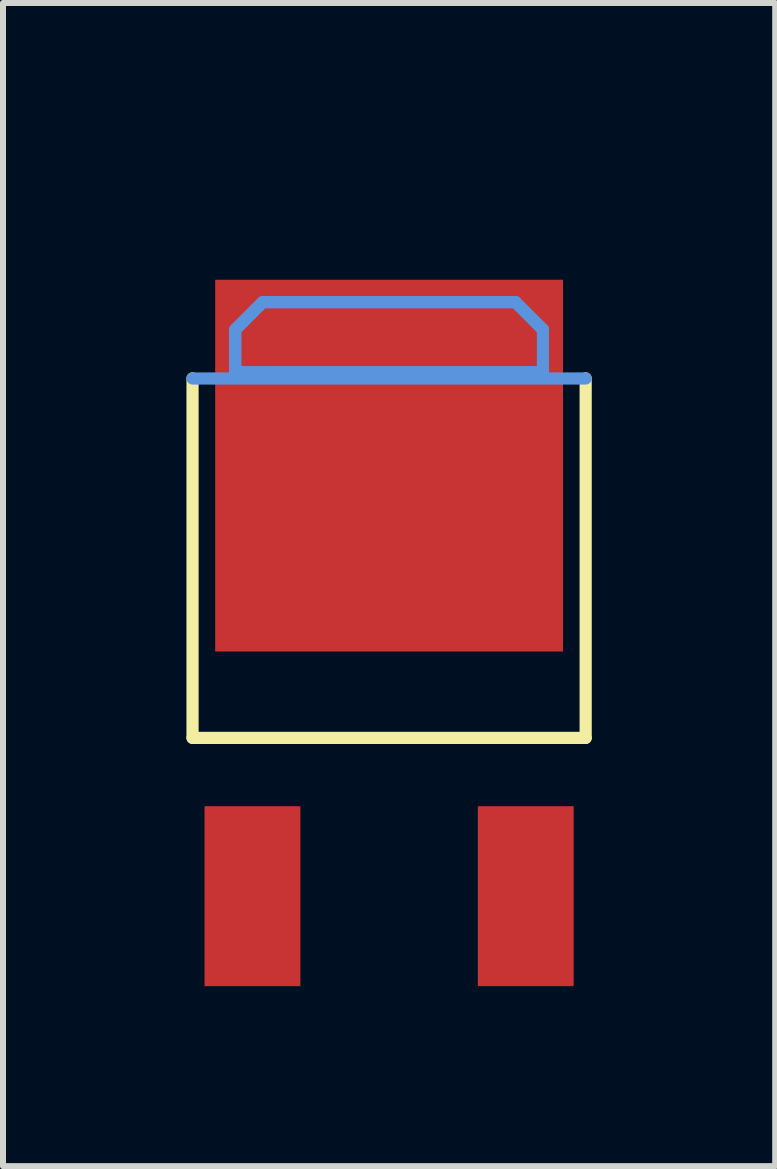
<source format=kicad_pcb>
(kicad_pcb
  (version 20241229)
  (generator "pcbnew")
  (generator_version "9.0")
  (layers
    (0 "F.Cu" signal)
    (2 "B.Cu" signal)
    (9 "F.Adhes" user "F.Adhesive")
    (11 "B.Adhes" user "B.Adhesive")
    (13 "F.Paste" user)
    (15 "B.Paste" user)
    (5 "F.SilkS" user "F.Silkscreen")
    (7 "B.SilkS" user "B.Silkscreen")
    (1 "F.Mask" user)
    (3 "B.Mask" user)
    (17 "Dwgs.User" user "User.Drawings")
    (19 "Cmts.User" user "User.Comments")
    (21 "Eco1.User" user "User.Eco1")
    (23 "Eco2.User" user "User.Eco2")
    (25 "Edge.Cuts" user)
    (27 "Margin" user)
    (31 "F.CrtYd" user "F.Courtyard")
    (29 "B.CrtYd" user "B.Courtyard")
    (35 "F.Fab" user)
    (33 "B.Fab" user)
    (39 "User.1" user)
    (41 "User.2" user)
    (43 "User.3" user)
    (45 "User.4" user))
  (footprint "TO-252-3"
    (layer "F.Cu")
    (at 3.437 7.093)
    (property "Reference" "TO-252-3" (at 0 -6.35 0) (layer "Eco1.User") (effects (font (size 0.813 0.813) (thickness 0.152))))
    (attr smd)
    (fp_line (start -3.277 2.159) (end -3.277 -3.835) (stroke (width 0.203) (type solid)) (layer "F.SilkS"))
    (fp_line (start 3.277 -3.835) (end 3.277 2.159) (stroke (width 0.203) (type solid)) (layer "F.SilkS"))
    (fp_line (start 3.277 2.159) (end -3.277 2.159) (stroke (width 0.203) (type solid)) (layer "F.SilkS"))
    (fp_line (start -3.277 -3.833) (end 3.277 -3.833) (stroke (width 0.203) (type solid)) (layer "Cmts.User"))
    (fp_line (start -2.565 -4.648) (end -2.108 -5.105) (stroke (width 0.198) (type solid)) (layer "Cmts.User"))
    (fp_line (start -2.565 -4.648) (end -2.108 -5.105) (stroke (width 0.203) (type solid)) (layer "Cmts.User"))
    (fp_line (start -2.565 -3.937) (end -2.565 -4.648) (stroke (width 0.198) (type solid)) (layer "Cmts.User"))
    (fp_line (start -2.565 -3.937) (end -2.565 -4.648) (stroke (width 0.203) (type solid)) (layer "Cmts.User"))
    (fp_line (start -2.108 -5.105) (end 2.108 -5.105) (stroke (width 0.198) (type solid)) (layer "Cmts.User"))
    (fp_line (start -2.108 -5.105) (end 2.108 -5.105) (stroke (width 0.203) (type solid)) (layer "Cmts.User"))
    (fp_line (start 2.108 -5.105) (end 2.565 -4.648) (stroke (width 0.198) (type solid)) (layer "Cmts.User"))
    (fp_line (start 2.108 -5.105) (end 2.565 -4.648) (stroke (width 0.203) (type solid)) (layer "Cmts.User"))
    (fp_line (start 2.565 -4.648) (end 2.565 -3.937) (stroke (width 0.198) (type solid)) (layer "Cmts.User"))
    (fp_line (start 2.565 -4.648) (end 2.565 -3.937) (stroke (width 0.203) (type solid)) (layer "Cmts.User"))
    (fp_line (start 2.565 -3.937) (end -2.565 -3.937) (stroke (width 0.198) (type solid)) (layer "Cmts.User"))
    (fp_line (start 2.565 -3.937) (end -2.565 -3.937) (stroke (width 0.203) (type solid)) (layer "Cmts.User"))
    (pad "1" smd rect (at -2.278 4.798) (size 1.598 3) (layers "F.Cu" "F.Mask" "F.Paste"))
    (pad "2" smd rect (at 0 -2.38) (size 5.799 6.198) (layers "F.Cu" "F.Mask" "F.Paste"))
    (pad "3" smd rect (at 2.278 4.798) (size 1.598 3) (layers "F.Cu" "F.Mask" "F.Paste")))
  (gr_rect
    (start -3 -3)
    (end 9.874 16.391)
    (stroke (width 0.1) (type default))
    (fill no)
    (layer "Edge.Cuts")))
</source>
